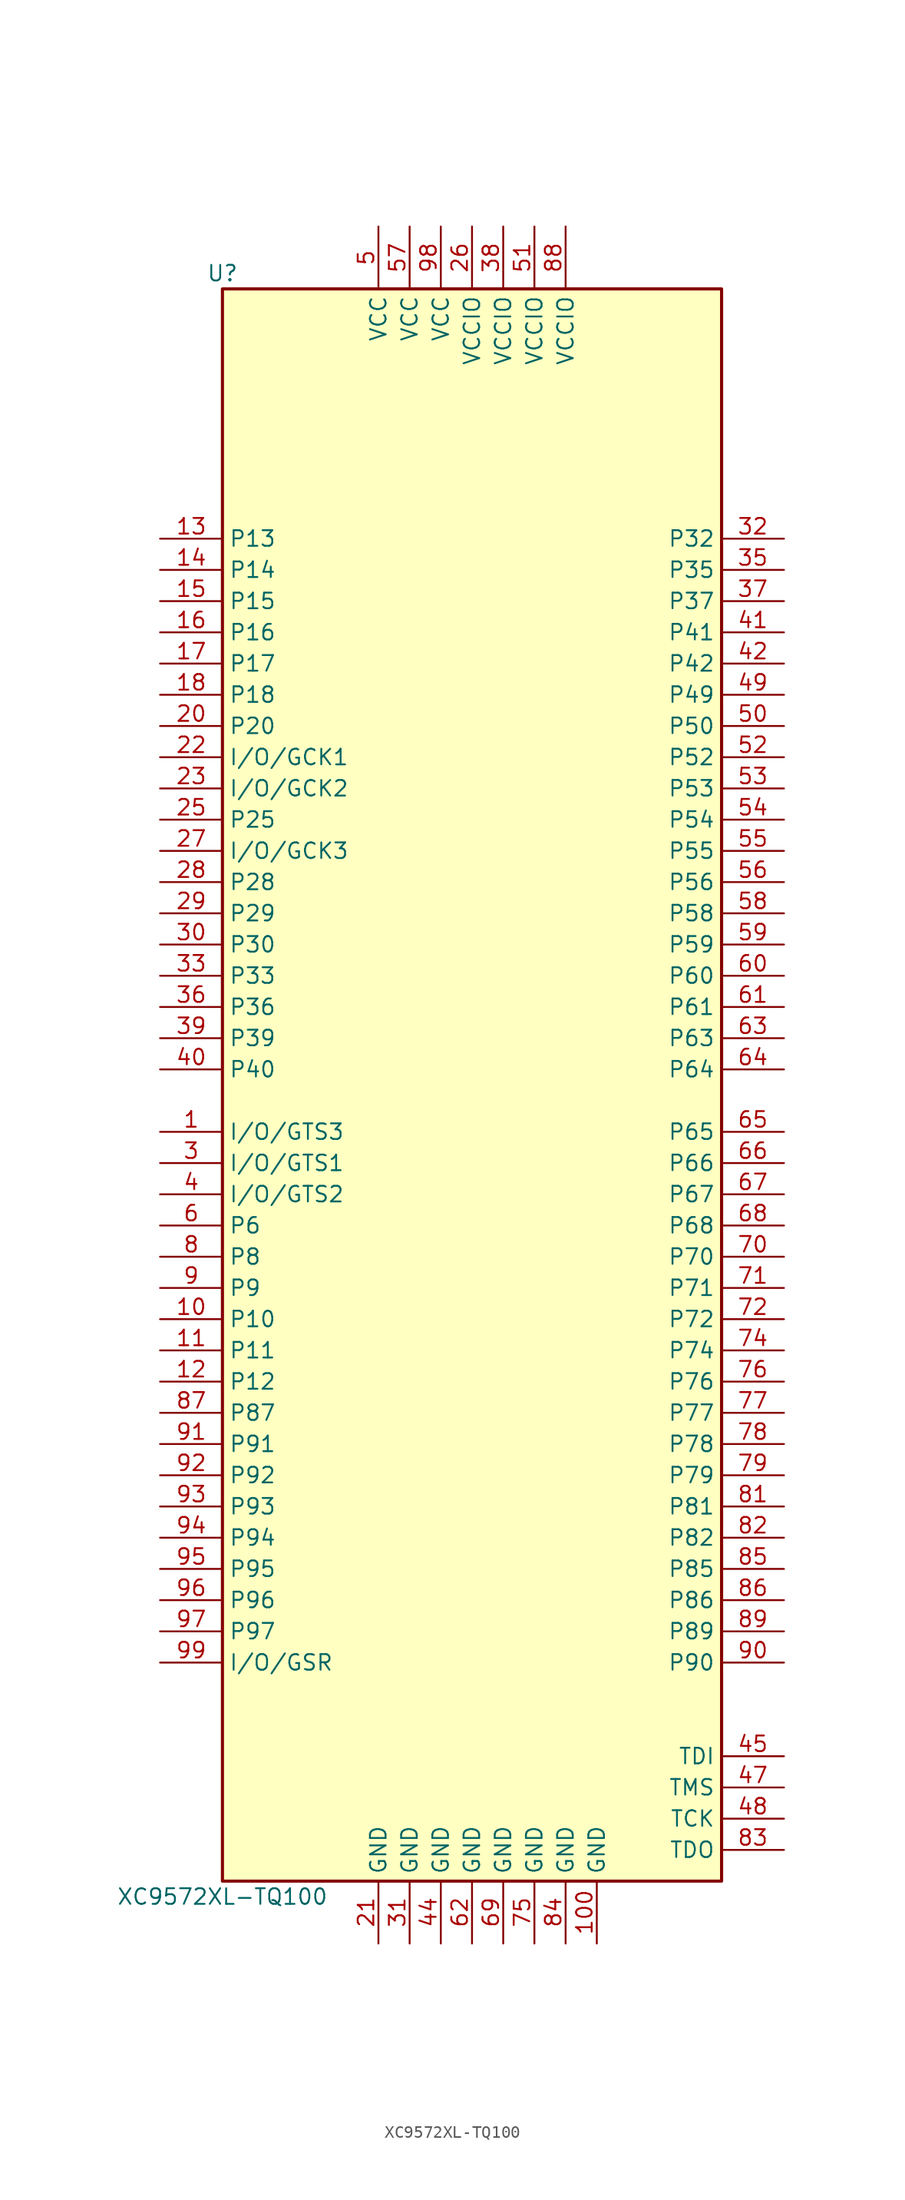
<source format=kicad_sym>
(kicad_symbol_lib
  (version 20211014)
  (generator kicad_symbol_editor)
  (symbol "XC9572XL-TQ100"
    (property "Reference" "U"
      (at -20.32 64.77 0)
      (effects (font (size 1.27 1.27))))
    (property "Value" "XC9572XL-TQ100"
      (at -20.32 -67.31 0)
      (effects (font (size 1.27 1.27))))
    (symbol "XC9572XL-TQ100_1_1"
      (rectangle (start -20.32 63.5) (end 20.32 -66.04) (stroke (width 0.254) (type default) (color 0 0 0 0)) (fill (type background)))
      (pin bidirectional line (at -25.4 -5.08 0) (length 5.08) (name "I/O/GTS3" (effects (font (size 1.27 1.27)))) (number "1" (effects (font (size 1.27 1.27)))))
      (pin bidirectional line (at -25.4 -20.32 0) (length 5.08) (name "P10" (effects (font (size 1.27 1.27)))) (number "10" (effects (font (size 1.27 1.27)))))
      (pin power_in line (at 10.16 -71.12 90) (length 5.08) (name "GND" (effects (font (size 1.27 1.27)))) (number "100" (effects (font (size 1.27 1.27)))))
      (pin bidirectional line (at -25.4 -22.86 0) (length 5.08) (name "P11" (effects (font (size 1.27 1.27)))) (number "11" (effects (font (size 1.27 1.27)))))
      (pin bidirectional line (at -25.4 -25.4 0) (length 5.08) (name "P12" (effects (font (size 1.27 1.27)))) (number "12" (effects (font (size 1.27 1.27)))))
      (pin bidirectional line (at -25.4 43.18 0) (length 5.08) (name "P13" (effects (font (size 1.27 1.27)))) (number "13" (effects (font (size 1.27 1.27)))))
      (pin bidirectional line (at -25.4 40.64 0) (length 5.08) (name "P14" (effects (font (size 1.27 1.27)))) (number "14" (effects (font (size 1.27 1.27)))))
      (pin bidirectional line (at -25.4 38.1 0) (length 5.08) (name "P15" (effects (font (size 1.27 1.27)))) (number "15" (effects (font (size 1.27 1.27)))))
      (pin bidirectional line (at -25.4 35.56 0) (length 5.08) (name "P16" (effects (font (size 1.27 1.27)))) (number "16" (effects (font (size 1.27 1.27)))))
      (pin bidirectional line (at -25.4 33.02 0) (length 5.08) (name "P17" (effects (font (size 1.27 1.27)))) (number "17" (effects (font (size 1.27 1.27)))))
      (pin bidirectional line (at -25.4 30.48 0) (length 5.08) (name "P18" (effects (font (size 1.27 1.27)))) (number "18" (effects (font (size 1.27 1.27)))))
      (pin no_connect line (at -20.32 55.88 0) (length 0) hide (name "NC" (effects (font (size 1.27 1.27)))) (number "19" (effects (font (size 1.27 1.27)))))
      (pin no_connect line (at -20.32 60.96 0) (length 0) hide (name "NC" (effects (font (size 1.27 1.27)))) (number "2" (effects (font (size 1.27 1.27)))))
      (pin bidirectional line (at -25.4 27.94 0) (length 5.08) (name "P20" (effects (font (size 1.27 1.27)))) (number "20" (effects (font (size 1.27 1.27)))))
      (pin power_in line (at -7.62 -71.12 90) (length 5.08) (name "GND" (effects (font (size 1.27 1.27)))) (number "21" (effects (font (size 1.27 1.27)))))
      (pin bidirectional line (at -25.4 25.4 0) (length 5.08) (name "I/O/GCK1" (effects (font (size 1.27 1.27)))) (number "22" (effects (font (size 1.27 1.27)))))
      (pin bidirectional line (at -25.4 22.86 0) (length 5.08) (name "I/O/GCK2" (effects (font (size 1.27 1.27)))) (number "23" (effects (font (size 1.27 1.27)))))
      (pin no_connect line (at -20.32 53.34 0) (length 0) hide (name "NC" (effects (font (size 1.27 1.27)))) (number "24" (effects (font (size 1.27 1.27)))))
      (pin bidirectional line (at -25.4 20.32 0) (length 5.08) (name "P25" (effects (font (size 1.27 1.27)))) (number "25" (effects (font (size 1.27 1.27)))))
      (pin power_in line (at 0 68.58 270) (length 5.08) (name "VCCIO" (effects (font (size 1.27 1.27)))) (number "26" (effects (font (size 1.27 1.27)))))
      (pin bidirectional line (at -25.4 17.78 0) (length 5.08) (name "I/O/GCK3" (effects (font (size 1.27 1.27)))) (number "27" (effects (font (size 1.27 1.27)))))
      (pin bidirectional line (at -25.4 15.24 0) (length 5.08) (name "P28" (effects (font (size 1.27 1.27)))) (number "28" (effects (font (size 1.27 1.27)))))
      (pin bidirectional line (at -25.4 12.7 0) (length 5.08) (name "P29" (effects (font (size 1.27 1.27)))) (number "29" (effects (font (size 1.27 1.27)))))
      (pin bidirectional line (at -25.4 -7.62 0) (length 5.08) (name "I/O/GTS1" (effects (font (size 1.27 1.27)))) (number "3" (effects (font (size 1.27 1.27)))))
      (pin bidirectional line (at -25.4 10.16 0) (length 5.08) (name "P30" (effects (font (size 1.27 1.27)))) (number "30" (effects (font (size 1.27 1.27)))))
      (pin power_in line (at -5.08 -71.12 90) (length 5.08) (name "GND" (effects (font (size 1.27 1.27)))) (number "31" (effects (font (size 1.27 1.27)))))
      (pin bidirectional line (at 25.4 43.18 180) (length 5.08) (name "P32" (effects (font (size 1.27 1.27)))) (number "32" (effects (font (size 1.27 1.27)))))
      (pin bidirectional line (at -25.4 7.62 0) (length 5.08) (name "P33" (effects (font (size 1.27 1.27)))) (number "33" (effects (font (size 1.27 1.27)))))
      (pin no_connect line (at -20.32 50.8 0) (length 0) hide (name "NC" (effects (font (size 1.27 1.27)))) (number "34" (effects (font (size 1.27 1.27)))))
      (pin bidirectional line (at 25.4 40.64 180) (length 5.08) (name "P35" (effects (font (size 1.27 1.27)))) (number "35" (effects (font (size 1.27 1.27)))))
      (pin bidirectional line (at -25.4 5.08 0) (length 5.08) (name "P36" (effects (font (size 1.27 1.27)))) (number "36" (effects (font (size 1.27 1.27)))))
      (pin bidirectional line (at 25.4 38.1 180) (length 5.08) (name "P37" (effects (font (size 1.27 1.27)))) (number "37" (effects (font (size 1.27 1.27)))))
      (pin power_in line (at 2.54 68.58 270) (length 5.08) (name "VCCIO" (effects (font (size 1.27 1.27)))) (number "38" (effects (font (size 1.27 1.27)))))
      (pin bidirectional line (at -25.4 2.54 0) (length 5.08) (name "P39" (effects (font (size 1.27 1.27)))) (number "39" (effects (font (size 1.27 1.27)))))
      (pin bidirectional line (at -25.4 -10.16 0) (length 5.08) (name "I/O/GTS2" (effects (font (size 1.27 1.27)))) (number "4" (effects (font (size 1.27 1.27)))))
      (pin bidirectional line (at -25.4 0 0) (length 5.08) (name "P40" (effects (font (size 1.27 1.27)))) (number "40" (effects (font (size 1.27 1.27)))))
      (pin bidirectional line (at 25.4 35.56 180) (length 5.08) (name "P41" (effects (font (size 1.27 1.27)))) (number "41" (effects (font (size 1.27 1.27)))))
      (pin bidirectional line (at 25.4 33.02 180) (length 5.08) (name "P42" (effects (font (size 1.27 1.27)))) (number "42" (effects (font (size 1.27 1.27)))))
      (pin no_connect line (at -20.32 48.26 0) (length 0) hide (name "NC" (effects (font (size 1.27 1.27)))) (number "43" (effects (font (size 1.27 1.27)))))
      (pin power_in line (at -2.54 -71.12 90) (length 5.08) (name "GND" (effects (font (size 1.27 1.27)))) (number "44" (effects (font (size 1.27 1.27)))))
      (pin input line (at 25.4 -55.88 180) (length 5.08) (name "TDI" (effects (font (size 1.27 1.27)))) (number "45" (effects (font (size 1.27 1.27)))))
      (pin no_connect line (at 20.32 60.96 180) (length 0) hide (name "NC" (effects (font (size 1.27 1.27)))) (number "46" (effects (font (size 1.27 1.27)))))
      (pin input line (at 25.4 -58.42 180) (length 5.08) (name "TMS" (effects (font (size 1.27 1.27)))) (number "47" (effects (font (size 1.27 1.27)))))
      (pin input line (at 25.4 -60.96 180) (length 5.08) (name "TCK" (effects (font (size 1.27 1.27)))) (number "48" (effects (font (size 1.27 1.27)))))
      (pin bidirectional line (at 25.4 30.48 180) (length 5.08) (name "P49" (effects (font (size 1.27 1.27)))) (number "49" (effects (font (size 1.27 1.27)))))
      (pin power_in line (at -7.62 68.58 270) (length 5.08) (name "VCC" (effects (font (size 1.27 1.27)))) (number "5" (effects (font (size 1.27 1.27)))))
      (pin bidirectional line (at 25.4 27.94 180) (length 5.08) (name "P50" (effects (font (size 1.27 1.27)))) (number "50" (effects (font (size 1.27 1.27)))))
      (pin power_in line (at 5.08 68.58 270) (length 5.08) (name "VCCIO" (effects (font (size 1.27 1.27)))) (number "51" (effects (font (size 1.27 1.27)))))
      (pin bidirectional line (at 25.4 25.4 180) (length 5.08) (name "P52" (effects (font (size 1.27 1.27)))) (number "52" (effects (font (size 1.27 1.27)))))
      (pin bidirectional line (at 25.4 22.86 180) (length 5.08) (name "P53" (effects (font (size 1.27 1.27)))) (number "53" (effects (font (size 1.27 1.27)))))
      (pin bidirectional line (at 25.4 20.32 180) (length 5.08) (name "P54" (effects (font (size 1.27 1.27)))) (number "54" (effects (font (size 1.27 1.27)))))
      (pin bidirectional line (at 25.4 17.78 180) (length 5.08) (name "P55" (effects (font (size 1.27 1.27)))) (number "55" (effects (font (size 1.27 1.27)))))
      (pin bidirectional line (at 25.4 15.24 180) (length 5.08) (name "P56" (effects (font (size 1.27 1.27)))) (number "56" (effects (font (size 1.27 1.27)))))
      (pin power_in line (at -5.08 68.58 270) (length 5.08) (name "VCC" (effects (font (size 1.27 1.27)))) (number "57" (effects (font (size 1.27 1.27)))))
      (pin bidirectional line (at 25.4 12.7 180) (length 5.08) (name "P58" (effects (font (size 1.27 1.27)))) (number "58" (effects (font (size 1.27 1.27)))))
      (pin bidirectional line (at 25.4 10.16 180) (length 5.08) (name "P59" (effects (font (size 1.27 1.27)))) (number "59" (effects (font (size 1.27 1.27)))))
      (pin bidirectional line (at -25.4 -12.7 0) (length 5.08) (name "P6" (effects (font (size 1.27 1.27)))) (number "6" (effects (font (size 1.27 1.27)))))
      (pin bidirectional line (at 25.4 7.62 180) (length 5.08) (name "P60" (effects (font (size 1.27 1.27)))) (number "60" (effects (font (size 1.27 1.27)))))
      (pin bidirectional line (at 25.4 5.08 180) (length 5.08) (name "P61" (effects (font (size 1.27 1.27)))) (number "61" (effects (font (size 1.27 1.27)))))
      (pin power_in line (at 0 -71.12 90) (length 5.08) (name "GND" (effects (font (size 1.27 1.27)))) (number "62" (effects (font (size 1.27 1.27)))))
      (pin bidirectional line (at 25.4 2.54 180) (length 5.08) (name "P63" (effects (font (size 1.27 1.27)))) (number "63" (effects (font (size 1.27 1.27)))))
      (pin bidirectional line (at 25.4 0 180) (length 5.08) (name "P64" (effects (font (size 1.27 1.27)))) (number "64" (effects (font (size 1.27 1.27)))))
      (pin bidirectional line (at 25.4 -5.08 180) (length 5.08) (name "P65" (effects (font (size 1.27 1.27)))) (number "65" (effects (font (size 1.27 1.27)))))
      (pin bidirectional line (at 25.4 -7.62 180) (length 5.08) (name "P66" (effects (font (size 1.27 1.27)))) (number "66" (effects (font (size 1.27 1.27)))))
      (pin bidirectional line (at 25.4 -10.16 180) (length 5.08) (name "P67" (effects (font (size 1.27 1.27)))) (number "67" (effects (font (size 1.27 1.27)))))
      (pin bidirectional line (at 25.4 -12.7 180) (length 5.08) (name "P68" (effects (font (size 1.27 1.27)))) (number "68" (effects (font (size 1.27 1.27)))))
      (pin power_in line (at 2.54 -71.12 90) (length 5.08) (name "GND" (effects (font (size 1.27 1.27)))) (number "69" (effects (font (size 1.27 1.27)))))
      (pin no_connect line (at -20.32 58.42 0) (length 0) hide (name "NC" (effects (font (size 1.27 1.27)))) (number "7" (effects (font (size 1.27 1.27)))))
      (pin bidirectional line (at 25.4 -15.24 180) (length 5.08) (name "P70" (effects (font (size 1.27 1.27)))) (number "70" (effects (font (size 1.27 1.27)))))
      (pin bidirectional line (at 25.4 -17.78 180) (length 5.08) (name "P71" (effects (font (size 1.27 1.27)))) (number "71" (effects (font (size 1.27 1.27)))))
      (pin bidirectional line (at 25.4 -20.32 180) (length 5.08) (name "P72" (effects (font (size 1.27 1.27)))) (number "72" (effects (font (size 1.27 1.27)))))
      (pin no_connect line (at 20.32 58.42 180) (length 0) hide (name "NC" (effects (font (size 1.27 1.27)))) (number "73" (effects (font (size 1.27 1.27)))))
      (pin bidirectional line (at 25.4 -22.86 180) (length 5.08) (name "P74" (effects (font (size 1.27 1.27)))) (number "74" (effects (font (size 1.27 1.27)))))
      (pin power_in line (at 5.08 -71.12 90) (length 5.08) (name "GND" (effects (font (size 1.27 1.27)))) (number "75" (effects (font (size 1.27 1.27)))))
      (pin bidirectional line (at 25.4 -25.4 180) (length 5.08) (name "P76" (effects (font (size 1.27 1.27)))) (number "76" (effects (font (size 1.27 1.27)))))
      (pin bidirectional line (at 25.4 -27.94 180) (length 5.08) (name "P77" (effects (font (size 1.27 1.27)))) (number "77" (effects (font (size 1.27 1.27)))))
      (pin bidirectional line (at 25.4 -30.48 180) (length 5.08) (name "P78" (effects (font (size 1.27 1.27)))) (number "78" (effects (font (size 1.27 1.27)))))
      (pin bidirectional line (at 25.4 -33.02 180) (length 5.08) (name "P79" (effects (font (size 1.27 1.27)))) (number "79" (effects (font (size 1.27 1.27)))))
      (pin bidirectional line (at -25.4 -15.24 0) (length 5.08) (name "P8" (effects (font (size 1.27 1.27)))) (number "8" (effects (font (size 1.27 1.27)))))
      (pin no_connect line (at 20.32 55.88 180) (length 0) hide (name "NC" (effects (font (size 1.27 1.27)))) (number "80" (effects (font (size 1.27 1.27)))))
      (pin bidirectional line (at 25.4 -35.56 180) (length 5.08) (name "P81" (effects (font (size 1.27 1.27)))) (number "81" (effects (font (size 1.27 1.27)))))
      (pin bidirectional line (at 25.4 -38.1 180) (length 5.08) (name "P82" (effects (font (size 1.27 1.27)))) (number "82" (effects (font (size 1.27 1.27)))))
      (pin output line (at 25.4 -63.5 180) (length 5.08) (name "TDO" (effects (font (size 1.27 1.27)))) (number "83" (effects (font (size 1.27 1.27)))))
      (pin power_in line (at 7.62 -71.12 90) (length 5.08) (name "GND" (effects (font (size 1.27 1.27)))) (number "84" (effects (font (size 1.27 1.27)))))
      (pin bidirectional line (at 25.4 -40.64 180) (length 5.08) (name "P85" (effects (font (size 1.27 1.27)))) (number "85" (effects (font (size 1.27 1.27)))))
      (pin bidirectional line (at 25.4 -43.18 180) (length 5.08) (name "P86" (effects (font (size 1.27 1.27)))) (number "86" (effects (font (size 1.27 1.27)))))
      (pin bidirectional line (at -25.4 -27.94 0) (length 5.08) (name "P87" (effects (font (size 1.27 1.27)))) (number "87" (effects (font (size 1.27 1.27)))))
      (pin power_in line (at 7.62 68.58 270) (length 5.08) (name "VCCIO" (effects (font (size 1.27 1.27)))) (number "88" (effects (font (size 1.27 1.27)))))
      (pin bidirectional line (at 25.4 -45.72 180) (length 5.08) (name "P89" (effects (font (size 1.27 1.27)))) (number "89" (effects (font (size 1.27 1.27)))))
      (pin bidirectional line (at -25.4 -17.78 0) (length 5.08) (name "P9" (effects (font (size 1.27 1.27)))) (number "9" (effects (font (size 1.27 1.27)))))
      (pin bidirectional line (at 25.4 -48.26 180) (length 5.08) (name "P90" (effects (font (size 1.27 1.27)))) (number "90" (effects (font (size 1.27 1.27)))))
      (pin bidirectional line (at -25.4 -30.48 0) (length 5.08) (name "P91" (effects (font (size 1.27 1.27)))) (number "91" (effects (font (size 1.27 1.27)))))
      (pin bidirectional line (at -25.4 -33.02 0) (length 5.08) (name "P92" (effects (font (size 1.27 1.27)))) (number "92" (effects (font (size 1.27 1.27)))))
      (pin bidirectional line (at -25.4 -35.56 0) (length 5.08) (name "P93" (effects (font (size 1.27 1.27)))) (number "93" (effects (font (size 1.27 1.27)))))
      (pin bidirectional line (at -25.4 -38.1 0) (length 5.08) (name "P94" (effects (font (size 1.27 1.27)))) (number "94" (effects (font (size 1.27 1.27)))))
      (pin bidirectional line (at -25.4 -40.64 0) (length 5.08) (name "P95" (effects (font (size 1.27 1.27)))) (number "95" (effects (font (size 1.27 1.27)))))
      (pin bidirectional line (at -25.4 -43.18 0) (length 5.08) (name "P96" (effects (font (size 1.27 1.27)))) (number "96" (effects (font (size 1.27 1.27)))))
      (pin bidirectional line (at -25.4 -45.72 0) (length 5.08) (name "P97" (effects (font (size 1.27 1.27)))) (number "97" (effects (font (size 1.27 1.27)))))
      (pin power_in line (at -2.54 68.58 270) (length 5.08) (name "VCC" (effects (font (size 1.27 1.27)))) (number "98" (effects (font (size 1.27 1.27)))))
      (pin bidirectional line (at -25.4 -48.26 0) (length 5.08) (name "I/O/GSR" (effects (font (size 1.27 1.27)))) (number "99" (effects (font (size 1.27 1.27))))))))
</source>
